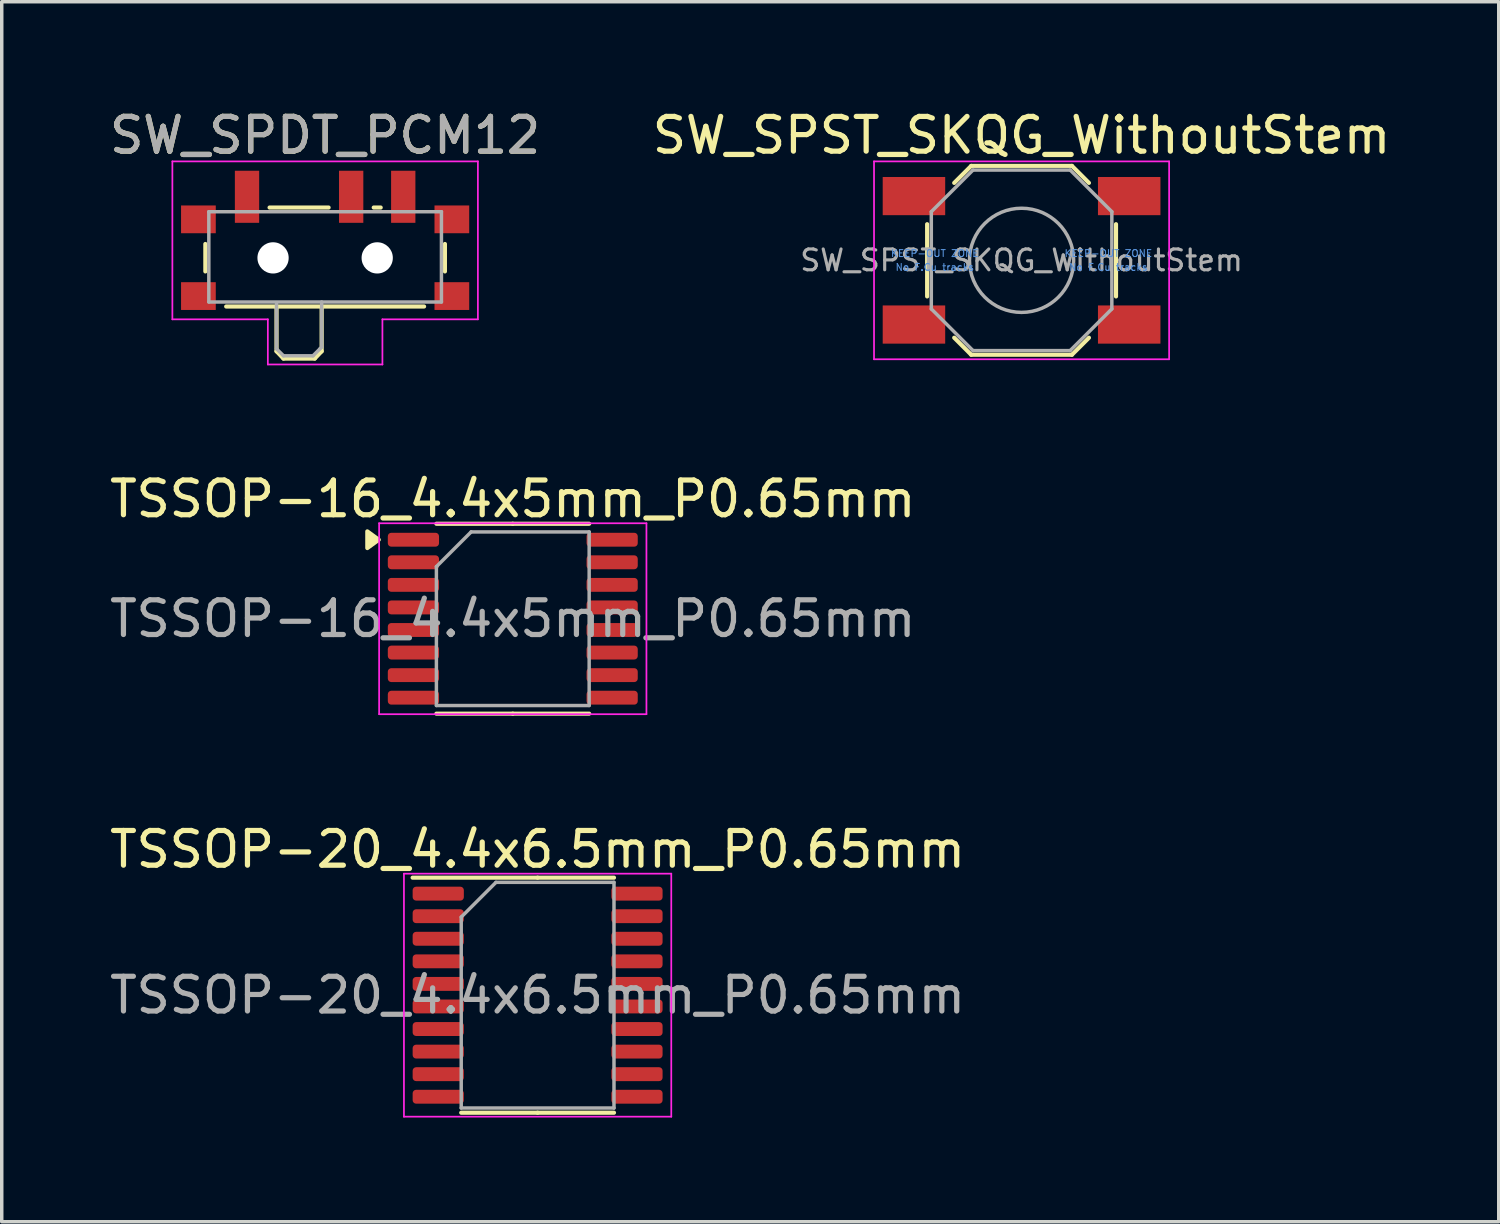
<source format=kicad_pcb>
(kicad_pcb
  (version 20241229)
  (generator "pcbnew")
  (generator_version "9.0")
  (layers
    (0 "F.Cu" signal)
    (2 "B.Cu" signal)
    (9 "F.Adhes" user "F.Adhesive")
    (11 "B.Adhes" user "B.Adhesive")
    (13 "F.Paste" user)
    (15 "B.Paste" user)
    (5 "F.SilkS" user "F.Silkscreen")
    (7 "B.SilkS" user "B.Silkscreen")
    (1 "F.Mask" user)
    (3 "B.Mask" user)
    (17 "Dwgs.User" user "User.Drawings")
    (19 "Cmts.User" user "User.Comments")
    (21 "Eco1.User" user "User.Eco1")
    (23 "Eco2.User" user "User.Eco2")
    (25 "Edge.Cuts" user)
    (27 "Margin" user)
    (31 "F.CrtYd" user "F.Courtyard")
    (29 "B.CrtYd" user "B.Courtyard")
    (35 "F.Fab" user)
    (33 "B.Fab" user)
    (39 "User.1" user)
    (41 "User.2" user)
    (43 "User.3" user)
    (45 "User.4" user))
  (footprint "SW_SPDT_PCM12"
    (layer "F.Cu")
    (at 6.315 4.048)
    (property "Reference" "SW_SPDT_PCM12" (at 0 -3.2 180) (layer "F.SilkS") (effects (font (size 1 1) (thickness 0.15))))
    (attr smd)
    (fp_line (start -3.45 -0.07) (end -3.45 0.72) (stroke (width 0.12) (type solid)) (layer "F.SilkS"))
    (fp_line (start -2.85 1.73) (end 2.85 1.73) (stroke (width 0.12) (type solid)) (layer "F.SilkS"))
    (fp_line (start -1.6 -1.12) (end 0.1 -1.12) (stroke (width 0.12) (type solid)) (layer "F.SilkS"))
    (fp_line (start -1.4 1.73) (end -1.4 3.02) (stroke (width 0.12) (type solid)) (layer "F.SilkS"))
    (fp_line (start -1.4 3.02) (end -1.2 3.23) (stroke (width 0.12) (type solid)) (layer "F.SilkS"))
    (fp_line (start -1.2 3.23) (end -0.3 3.23) (stroke (width 0.12) (type solid)) (layer "F.SilkS"))
    (fp_line (start -0.1 3.02) (end -0.3 3.23) (stroke (width 0.12) (type solid)) (layer "F.SilkS"))
    (fp_line (start -0.1 3.02) (end -0.1 1.73) (stroke (width 0.12) (type solid)) (layer "F.SilkS"))
    (fp_line (start 1.4 -1.12) (end 1.6 -1.12) (stroke (width 0.12) (type solid)) (layer "F.SilkS"))
    (fp_line (start 3.45 0.72) (end 3.45 -0.07) (stroke (width 0.12) (type solid)) (layer "F.SilkS"))
    (fp_line (start -4.4 -2.45) (end 4.4 -2.45) (stroke (width 0.05) (type solid)) (layer "F.CrtYd"))
    (fp_line (start -4.4 2.1) (end -4.4 -2.45) (stroke (width 0.05) (type solid)) (layer "F.CrtYd"))
    (fp_line (start -1.65 2.1) (end -4.4 2.1) (stroke (width 0.05) (type solid)) (layer "F.CrtYd"))
    (fp_line (start -1.65 3.4) (end -1.65 2.1) (stroke (width 0.05) (type solid)) (layer "F.CrtYd"))
    (fp_line (start 1.65 2.1) (end 1.65 3.4) (stroke (width 0.05) (type solid)) (layer "F.CrtYd"))
    (fp_line (start 1.65 3.4) (end -1.65 3.4) (stroke (width 0.05) (type solid)) (layer "F.CrtYd"))
    (fp_line (start 4.4 -2.45) (end 4.4 2.1) (stroke (width 0.05) (type solid)) (layer "F.CrtYd"))
    (fp_line (start 4.4 2.1) (end 1.65 2.1) (stroke (width 0.05) (type solid)) (layer "F.CrtYd"))
    (fp_line (start -3.35 -1) (end -3.35 1.6) (stroke (width 0.1) (type solid)) (layer "F.Fab"))
    (fp_line (start -3.35 1.6) (end 3.35 1.6) (stroke (width 0.1) (type solid)) (layer "F.Fab"))
    (fp_line (start -1.4 1.65) (end -1.4 2.95) (stroke (width 0.1) (type solid)) (layer "F.Fab"))
    (fp_line (start -1.4 2.95) (end -1.2 3.15) (stroke (width 0.1) (type solid)) (layer "F.Fab"))
    (fp_line (start -1.2 3.15) (end -0.35 3.15) (stroke (width 0.1) (type solid)) (layer "F.Fab"))
    (fp_line (start -0.35 3.15) (end -0.15 2.95) (stroke (width 0.1) (type solid)) (layer "F.Fab"))
    (fp_line (start -0.15 2.95) (end -0.1 2.9) (stroke (width 0.1) (type solid)) (layer "F.Fab"))
    (fp_line (start -0.1 2.9) (end -0.1 1.6) (stroke (width 0.1) (type solid)) (layer "F.Fab"))
    (fp_line (start 3.35 -1) (end -3.35 -1) (stroke (width 0.1) (type solid)) (layer "F.Fab"))
    (fp_line (start 3.35 1.6) (end 3.35 -1) (stroke (width 0.1) (type solid)) (layer "F.Fab"))
    (fp_text user "${REFERENCE}" (at 0 -3.2 180) (layer "F.Fab") (effects (font (size 1 1) (thickness 0.15))))
    (pad "" smd rect (at -3.65 -0.78 180) (size 1 0.8) (layers "F.Cu" "F.Mask" "F.Paste"))
    (pad "" smd rect (at -3.65 1.43 180) (size 1 0.8) (layers "F.Cu" "F.Mask" "F.Paste"))
    (pad "" np_thru_hole circle (at -1.5 0.33 180) (size 0.9 0.9) (drill 0.9) (layers "*.Cu" "*.Mask"))
    (pad "" np_thru_hole circle (at 1.5 0.33 180) (size 0.9 0.9) (drill 0.9) (layers "*.Cu" "*.Mask"))
    (pad "" smd rect (at 3.65 -0.78 180) (size 1 0.8) (layers "F.Cu" "F.Mask" "F.Paste"))
    (pad "" smd rect (at 3.65 1.43 180) (size 1 0.8) (layers "F.Cu" "F.Mask" "F.Paste"))
    (pad "1" smd rect (at -2.25 -1.43 180) (size 0.7 1.5) (layers "F.Cu" "F.Mask" "F.Paste"))
    (pad "2" smd rect (at 0.75 -1.43 180) (size 0.7 1.5) (layers "F.Cu" "F.Mask" "F.Paste"))
    (pad "3" smd rect (at 2.25 -1.43 180) (size 0.7 1.5) (layers "F.Cu" "F.Mask" "F.Paste")))
  (footprint "SW_SPST_SKQG_WithoutStem"
    (layer "F.Cu")
    (at 26.375 4.448)
    (property "Reference" "SW_SPST_SKQG_WithoutStem" (at 0 -3.6 0) (layer "F.SilkS") (effects (font (size 1 1) (thickness 0.15))))
    (attr smd)
    (fp_line (start -2.72 1.04) (end -2.72 -1.04) (stroke (width 0.12) (type solid)) (layer "F.SilkS"))
    (fp_line (start -1.45 -2.72) (end -1.94 -2.23) (stroke (width 0.12) (type solid)) (layer "F.SilkS"))
    (fp_line (start -1.45 -2.72) (end 1.45 -2.72) (stroke (width 0.12) (type solid)) (layer "F.SilkS"))
    (fp_line (start -1.45 2.72) (end -1.94 2.23) (stroke (width 0.12) (type solid)) (layer "F.SilkS"))
    (fp_line (start -1.45 2.72) (end 1.45 2.72) (stroke (width 0.12) (type solid)) (layer "F.SilkS"))
    (fp_line (start 1.45 -2.72) (end 1.94 -2.23) (stroke (width 0.12) (type solid)) (layer "F.SilkS"))
    (fp_line (start 1.45 2.72) (end 1.94 2.23) (stroke (width 0.12) (type solid)) (layer "F.SilkS"))
    (fp_line (start 2.72 1.04) (end 2.72 -1.04) (stroke (width 0.12) (type solid)) (layer "F.SilkS"))
    (fp_line (start -4.25 -2.85) (end -4.25 2.85) (stroke (width 0.05) (type solid)) (layer "F.CrtYd"))
    (fp_line (start -4.25 2.85) (end 4.25 2.85) (stroke (width 0.05) (type solid)) (layer "F.CrtYd"))
    (fp_line (start 4.25 -2.85) (end -4.25 -2.85) (stroke (width 0.05) (type solid)) (layer "F.CrtYd"))
    (fp_line (start 4.25 2.85) (end 4.25 -2.85) (stroke (width 0.05) (type solid)) (layer "F.CrtYd"))
    (fp_line (start -2.6 -1.4) (end -1.4 -2.6) (stroke (width 0.1) (type solid)) (layer "F.Fab"))
    (fp_line (start -2.6 1.4) (end -2.6 -1.4) (stroke (width 0.1) (type solid)) (layer "F.Fab"))
    (fp_line (start -1.4 -2.6) (end 1.4 -2.6) (stroke (width 0.1) (type solid)) (layer "F.Fab"))
    (fp_line (start -1.4 2.6) (end -2.6 1.4) (stroke (width 0.1) (type solid)) (layer "F.Fab"))
    (fp_line (start 1.4 -2.6) (end 2.6 -1.4) (stroke (width 0.1) (type solid)) (layer "F.Fab"))
    (fp_line (start 1.4 2.6) (end -1.4 2.6) (stroke (width 0.1) (type solid)) (layer "F.Fab"))
    (fp_line (start 2.6 -1.4) (end 2.6 1.4) (stroke (width 0.1) (type solid)) (layer "F.Fab"))
    (fp_line (start 2.6 1.4) (end 1.4 2.6) (stroke (width 0.1) (type solid)) (layer "F.Fab"))
    (fp_circle (center 0 0) (end 1.5 0) (stroke (width 0.1) (type solid)) (fill no) (layer "F.Fab"))
    (fp_text user "KEEP-OUT ZONE" (at 2.5 -0.2 0) (layer "Cmts.User") (effects (font (size 0.2 0.2) (thickness 0.03))))
    (fp_text user "No F.Cu tracks" (at 2.5 0.2 0) (layer "Cmts.User") (effects (font (size 0.2 0.2) (thickness 0.03))))
    (fp_text user "KEEP-OUT ZONE" (at -2.5 -0.2 0) (layer "Cmts.User") (effects (font (size 0.2 0.2) (thickness 0.03))))
    (fp_text user "No F.Cu tracks" (at -2.5 0.2 0) (layer "Cmts.User") (effects (font (size 0.2 0.2) (thickness 0.03))))
    (fp_text user "${REFERENCE}" (at 0 0 0) (layer "F.Fab") (effects (font (size 0.6 0.6) (thickness 0.09))))
    (pad "1" smd rect (at -3.1 -1.85 180) (size 1.8 1.1) (layers "F.Cu" "F.Mask" "F.Paste"))
    (pad "1" smd rect (at 3.1 -1.85 180) (size 1.8 1.1) (layers "F.Cu" "F.Mask" "F.Paste"))
    (pad "2" smd rect (at -3.1 1.85 180) (size 1.8 1.1) (layers "F.Cu" "F.Mask" "F.Paste"))
    (pad "2" smd rect (at 3.1 1.85 180) (size 1.8 1.1) (layers "F.Cu" "F.Mask" "F.Paste")))
  (footprint "TSSOP-16_4.4x5mm_P0.65mm"
    (layer "F.Cu")
    (at 11.72 14.771)
    (property "Reference" "TSSOP-16_4.4x5mm_P0.65mm" (at 0 -3.45 180) (layer "F.SilkS") (effects (font (size 1 1) (thickness 0.15))))
    (attr smd)
    (fp_line (start 0 -2.735) (end -2.2 -2.735) (stroke (width 0.12) (type solid)) (layer "F.SilkS"))
    (fp_line (start 0 -2.735) (end 2.2 -2.735) (stroke (width 0.12) (type solid)) (layer "F.SilkS"))
    (fp_line (start 0 2.735) (end -2.2 2.735) (stroke (width 0.12) (type solid)) (layer "F.SilkS"))
    (fp_line (start 0 2.735) (end 2.2 2.735) (stroke (width 0.12) (type solid)) (layer "F.SilkS"))
    (fp_poly (pts (xy -3.86 -2.275) (xy -4.19 -2.515) (xy -4.19 -2.035) (xy -3.86 -2.275)) (stroke (width 0.12) (type solid)) (fill yes) (layer "F.SilkS"))
    (fp_line (start -3.85 -2.75) (end -3.85 2.75) (stroke (width 0.05) (type solid)) (layer "F.CrtYd"))
    (fp_line (start -3.85 2.75) (end 3.85 2.75) (stroke (width 0.05) (type solid)) (layer "F.CrtYd"))
    (fp_line (start 3.85 -2.75) (end -3.85 -2.75) (stroke (width 0.05) (type solid)) (layer "F.CrtYd"))
    (fp_line (start 3.85 2.75) (end 3.85 -2.75) (stroke (width 0.05) (type solid)) (layer "F.CrtYd"))
    (fp_line (start -2.2 -1.5) (end -1.2 -2.5) (stroke (width 0.1) (type solid)) (layer "F.Fab"))
    (fp_line (start -2.2 2.5) (end -2.2 -1.5) (stroke (width 0.1) (type solid)) (layer "F.Fab"))
    (fp_line (start -1.2 -2.5) (end 2.2 -2.5) (stroke (width 0.1) (type solid)) (layer "F.Fab"))
    (fp_line (start 2.2 -2.5) (end 2.2 2.5) (stroke (width 0.1) (type solid)) (layer "F.Fab"))
    (fp_line (start 2.2 2.5) (end -2.2 2.5) (stroke (width 0.1) (type solid)) (layer "F.Fab"))
    (fp_text user "${REFERENCE}" (at 0 0 180) (layer "F.Fab") (effects (font (size 1 1) (thickness 0.15))))
    (pad "1" smd roundrect (at -2.862 -2.275 180) (size 1.475 0.4) (layers "F.Cu" "F.Mask" "F.Paste") (roundrect_rratio 0.25))
    (pad "2" smd roundrect (at -2.862 -1.625 180) (size 1.475 0.4) (layers "F.Cu" "F.Mask" "F.Paste") (roundrect_rratio 0.25))
    (pad "3" smd roundrect (at -2.862 -0.975 180) (size 1.475 0.4) (layers "F.Cu" "F.Mask" "F.Paste") (roundrect_rratio 0.25))
    (pad "4" smd roundrect (at -2.862 -0.325 180) (size 1.475 0.4) (layers "F.Cu" "F.Mask" "F.Paste") (roundrect_rratio 0.25))
    (pad "5" smd roundrect (at -2.862 0.325 180) (size 1.475 0.4) (layers "F.Cu" "F.Mask" "F.Paste") (roundrect_rratio 0.25))
    (pad "6" smd roundrect (at -2.862 0.975 180) (size 1.475 0.4) (layers "F.Cu" "F.Mask" "F.Paste") (roundrect_rratio 0.25))
    (pad "7" smd roundrect (at -2.862 1.625 180) (size 1.475 0.4) (layers "F.Cu" "F.Mask" "F.Paste") (roundrect_rratio 0.25))
    (pad "8" smd roundrect (at -2.862 2.275 180) (size 1.475 0.4) (layers "F.Cu" "F.Mask" "F.Paste") (roundrect_rratio 0.25))
    (pad "9" smd roundrect (at 2.862 2.275 180) (size 1.475 0.4) (layers "F.Cu" "F.Mask" "F.Paste") (roundrect_rratio 0.25))
    (pad "10" smd roundrect (at 2.862 1.625 180) (size 1.475 0.4) (layers "F.Cu" "F.Mask" "F.Paste") (roundrect_rratio 0.25))
    (pad "11" smd roundrect (at 2.862 0.975 180) (size 1.475 0.4) (layers "F.Cu" "F.Mask" "F.Paste") (roundrect_rratio 0.25))
    (pad "12" smd roundrect (at 2.862 0.325 180) (size 1.475 0.4) (layers "F.Cu" "F.Mask" "F.Paste") (roundrect_rratio 0.25))
    (pad "13" smd roundrect (at 2.862 -0.325 180) (size 1.475 0.4) (layers "F.Cu" "F.Mask" "F.Paste") (roundrect_rratio 0.25))
    (pad "14" smd roundrect (at 2.862 -0.975 180) (size 1.475 0.4) (layers "F.Cu" "F.Mask" "F.Paste") (roundrect_rratio 0.25))
    (pad "15" smd roundrect (at 2.862 -1.625 180) (size 1.475 0.4) (layers "F.Cu" "F.Mask" "F.Paste") (roundrect_rratio 0.25))
    (pad "16" smd roundrect (at 2.862 -2.275 180) (size 1.475 0.4) (layers "F.Cu" "F.Mask" "F.Paste") (roundrect_rratio 0.25)))
  (footprint "TSSOP-20_4.4x6.5mm_P0.65mm"
    (layer "F.Cu")
    (at 12.435 25.615)
    (property "Reference" "TSSOP-20_4.4x6.5mm_P0.65mm" (at 0 -4.2 180) (layer "F.SilkS") (effects (font (size 1 1) (thickness 0.15))))
    (attr smd)
    (fp_line (start 0 -3.385) (end -3.6 -3.385) (stroke (width 0.12) (type solid)) (layer "F.SilkS"))
    (fp_line (start 0 -3.385) (end 2.2 -3.385) (stroke (width 0.12) (type solid)) (layer "F.SilkS"))
    (fp_line (start 0 3.385) (end -2.2 3.385) (stroke (width 0.12) (type solid)) (layer "F.SilkS"))
    (fp_line (start 0 3.385) (end 2.2 3.385) (stroke (width 0.12) (type solid)) (layer "F.SilkS"))
    (fp_line (start -3.85 -3.5) (end -3.85 3.5) (stroke (width 0.05) (type solid)) (layer "F.CrtYd"))
    (fp_line (start -3.85 3.5) (end 3.85 3.5) (stroke (width 0.05) (type solid)) (layer "F.CrtYd"))
    (fp_line (start 3.85 -3.5) (end -3.85 -3.5) (stroke (width 0.05) (type solid)) (layer "F.CrtYd"))
    (fp_line (start 3.85 3.5) (end 3.85 -3.5) (stroke (width 0.05) (type solid)) (layer "F.CrtYd"))
    (fp_line (start -2.2 -2.25) (end -1.2 -3.25) (stroke (width 0.1) (type solid)) (layer "F.Fab"))
    (fp_line (start -2.2 3.25) (end -2.2 -2.25) (stroke (width 0.1) (type solid)) (layer "F.Fab"))
    (fp_line (start -1.2 -3.25) (end 2.2 -3.25) (stroke (width 0.1) (type solid)) (layer "F.Fab"))
    (fp_line (start 2.2 -3.25) (end 2.2 3.25) (stroke (width 0.1) (type solid)) (layer "F.Fab"))
    (fp_line (start 2.2 3.25) (end -2.2 3.25) (stroke (width 0.1) (type solid)) (layer "F.Fab"))
    (fp_text user "${REFERENCE}" (at 0 0 180) (layer "F.Fab") (effects (font (size 1 1) (thickness 0.15))))
    (pad "1" smd roundrect (at -2.862 -2.925) (size 1.475 0.4) (layers "F.Cu" "F.Mask" "F.Paste") (roundrect_rratio 0.25))
    (pad "2" smd roundrect (at -2.862 -2.275) (size 1.475 0.4) (layers "F.Cu" "F.Mask" "F.Paste") (roundrect_rratio 0.25))
    (pad "3" smd roundrect (at -2.862 -1.625) (size 1.475 0.4) (layers "F.Cu" "F.Mask" "F.Paste") (roundrect_rratio 0.25))
    (pad "4" smd roundrect (at -2.862 -0.975) (size 1.475 0.4) (layers "F.Cu" "F.Mask" "F.Paste") (roundrect_rratio 0.25))
    (pad "5" smd roundrect (at -2.862 -0.325) (size 1.475 0.4) (layers "F.Cu" "F.Mask" "F.Paste") (roundrect_rratio 0.25))
    (pad "6" smd roundrect (at -2.862 0.325) (size 1.475 0.4) (layers "F.Cu" "F.Mask" "F.Paste") (roundrect_rratio 0.25))
    (pad "7" smd roundrect (at -2.862 0.975) (size 1.475 0.4) (layers "F.Cu" "F.Mask" "F.Paste") (roundrect_rratio 0.25))
    (pad "8" smd roundrect (at -2.862 1.625) (size 1.475 0.4) (layers "F.Cu" "F.Mask" "F.Paste") (roundrect_rratio 0.25))
    (pad "9" smd roundrect (at -2.862 2.275) (size 1.475 0.4) (layers "F.Cu" "F.Mask" "F.Paste") (roundrect_rratio 0.25))
    (pad "10" smd roundrect (at -2.862 2.925) (size 1.475 0.4) (layers "F.Cu" "F.Mask" "F.Paste") (roundrect_rratio 0.25))
    (pad "11" smd roundrect (at 2.862 2.925) (size 1.475 0.4) (layers "F.Cu" "F.Mask" "F.Paste") (roundrect_rratio 0.25))
    (pad "12" smd roundrect (at 2.862 2.275) (size 1.475 0.4) (layers "F.Cu" "F.Mask" "F.Paste") (roundrect_rratio 0.25))
    (pad "13" smd roundrect (at 2.862 1.625) (size 1.475 0.4) (layers "F.Cu" "F.Mask" "F.Paste") (roundrect_rratio 0.25))
    (pad "14" smd roundrect (at 2.862 0.975) (size 1.475 0.4) (layers "F.Cu" "F.Mask" "F.Paste") (roundrect_rratio 0.25))
    (pad "15" smd roundrect (at 2.862 0.325) (size 1.475 0.4) (layers "F.Cu" "F.Mask" "F.Paste") (roundrect_rratio 0.25))
    (pad "16" smd roundrect (at 2.862 -0.325) (size 1.475 0.4) (layers "F.Cu" "F.Mask" "F.Paste") (roundrect_rratio 0.25))
    (pad "17" smd roundrect (at 2.862 -0.975) (size 1.475 0.4) (layers "F.Cu" "F.Mask" "F.Paste") (roundrect_rratio 0.25))
    (pad "18" smd roundrect (at 2.862 -1.625) (size 1.475 0.4) (layers "F.Cu" "F.Mask" "F.Paste") (roundrect_rratio 0.25))
    (pad "19" smd roundrect (at 2.862 -2.275) (size 1.475 0.4) (layers "F.Cu" "F.Mask" "F.Paste") (roundrect_rratio 0.25))
    (pad "20" smd roundrect (at 2.862 -2.925) (size 1.475 0.4) (layers "F.Cu" "F.Mask" "F.Paste") (roundrect_rratio 0.25)))
  (gr_rect
    (start -3 -3)
    (end 40.119 32.14)
    (stroke (width 0.1) (type default))
    (fill no)
    (layer "Edge.Cuts")))
</source>
